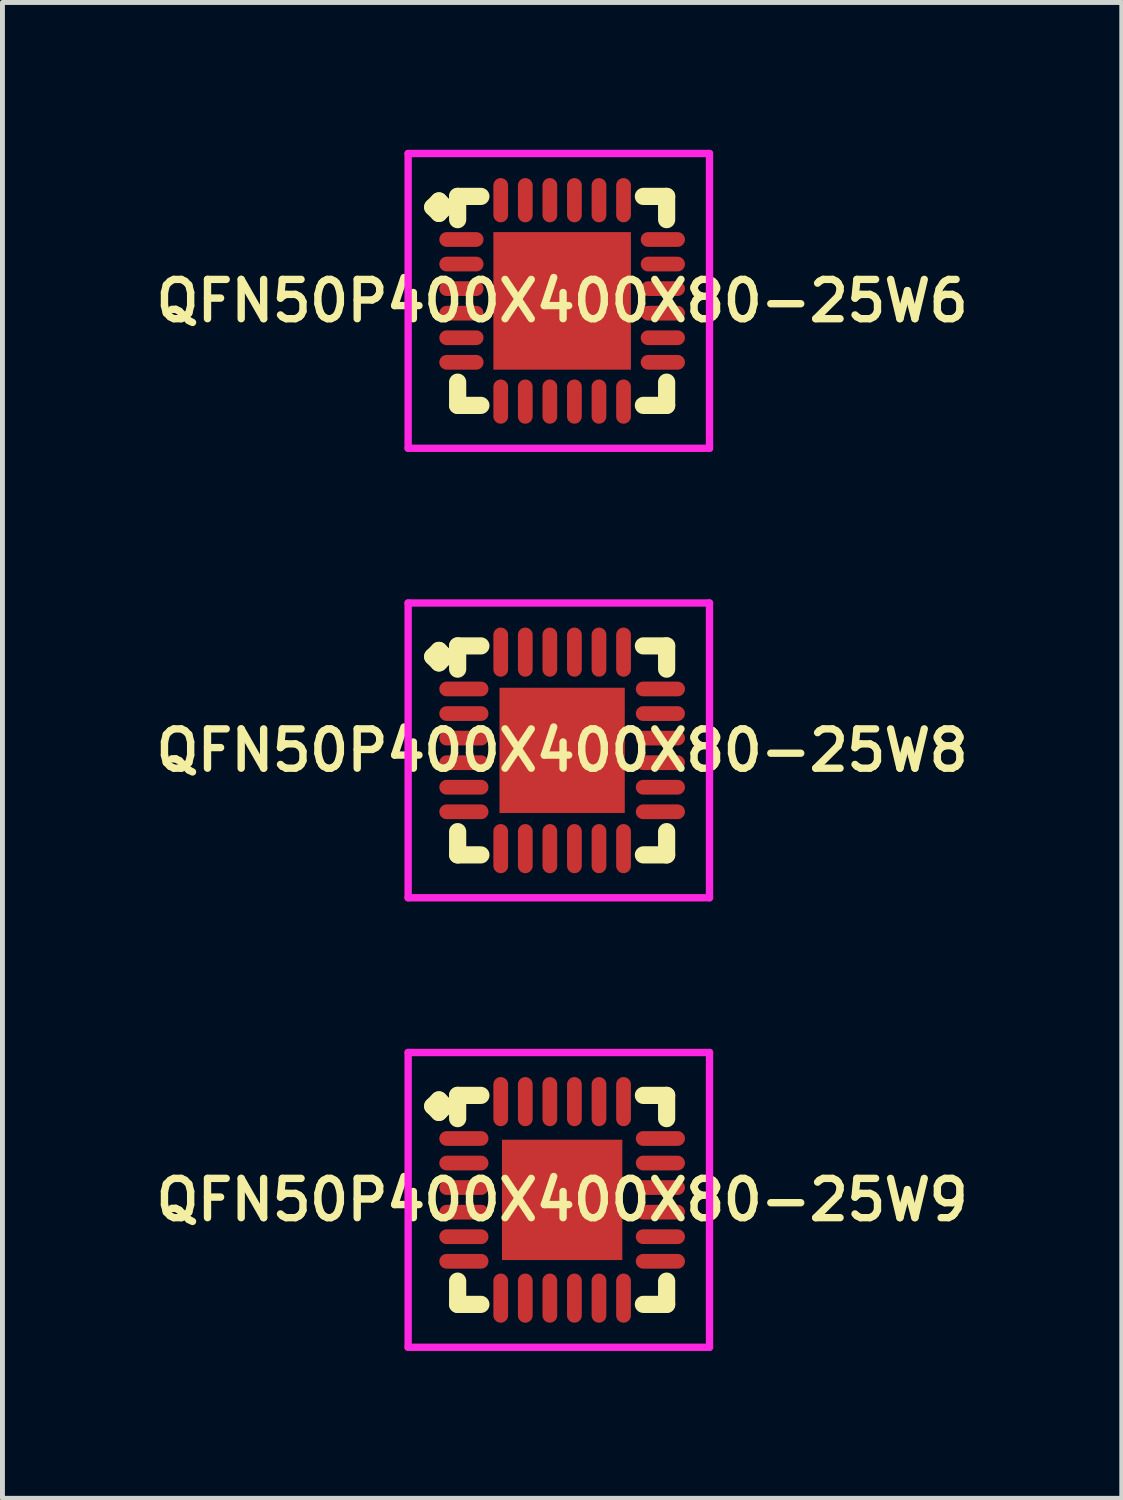
<source format=kicad_pcb>
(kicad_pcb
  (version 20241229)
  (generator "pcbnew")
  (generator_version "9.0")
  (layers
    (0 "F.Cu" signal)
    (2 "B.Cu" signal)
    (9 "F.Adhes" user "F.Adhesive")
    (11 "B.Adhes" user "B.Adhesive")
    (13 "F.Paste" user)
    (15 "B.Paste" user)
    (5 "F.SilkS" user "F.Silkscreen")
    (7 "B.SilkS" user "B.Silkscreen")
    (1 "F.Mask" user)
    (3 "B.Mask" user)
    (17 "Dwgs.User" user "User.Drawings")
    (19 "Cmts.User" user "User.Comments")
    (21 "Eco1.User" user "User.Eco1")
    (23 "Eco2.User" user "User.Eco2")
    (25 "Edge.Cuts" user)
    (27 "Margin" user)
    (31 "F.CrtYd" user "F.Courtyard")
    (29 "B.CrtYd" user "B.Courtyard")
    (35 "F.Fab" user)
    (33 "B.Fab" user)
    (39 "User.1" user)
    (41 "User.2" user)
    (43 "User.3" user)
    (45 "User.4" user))
  (footprint "QFN50P400X400X80-25W6"
    (layer "F.Cu")
    (at 8.393 3.075)
    (property "Reference" "QFN50P400X400X80-25W6" (at 0 0 0) (layer "F.SilkS") (effects (font (size 0.8 0.8) (thickness 0.15))))
    (attr smd)
    (fp_line (start -2.635 -1.908) (end -2.508 -2.035) (stroke (width 0.35) (type solid)) (layer "F.SilkS"))
    (fp_line (start -2.508 -2.035) (end -2.381 -1.908) (stroke (width 0.35) (type solid)) (layer "F.SilkS"))
    (fp_line (start -2.508 -1.781) (end -2.635 -1.908) (stroke (width 0.35) (type solid)) (layer "F.SilkS"))
    (fp_line (start -2.381 -1.908) (end -2.508 -1.781) (stroke (width 0.35) (type solid)) (layer "F.SilkS"))
    (fp_line (start -2.127 -2.127) (end -1.654 -2.127) (stroke (width 0.35) (type solid)) (layer "F.SilkS"))
    (fp_line (start -2.127 -1.654) (end -2.127 -2.127) (stroke (width 0.35) (type solid)) (layer "F.SilkS"))
    (fp_line (start -2.127 1.654) (end -2.127 2.127) (stroke (width 0.35) (type solid)) (layer "F.SilkS"))
    (fp_line (start -2.127 2.127) (end -1.654 2.127) (stroke (width 0.35) (type solid)) (layer "F.SilkS"))
    (fp_line (start 1.654 -2.127) (end 2.127 -2.127) (stroke (width 0.35) (type solid)) (layer "F.SilkS"))
    (fp_line (start 1.654 2.127) (end 2.127 2.127) (stroke (width 0.35) (type solid)) (layer "F.SilkS"))
    (fp_line (start 2.127 -2.127) (end 2.127 -1.654) (stroke (width 0.35) (type solid)) (layer "F.SilkS"))
    (fp_line (start 2.127 2.127) (end 2.127 1.654) (stroke (width 0.35) (type solid)) (layer "F.SilkS"))
    (fp_line (start -3.135 -3) (end 3 -3) (stroke (width 0.15) (type solid)) (layer "F.CrtYd"))
    (fp_line (start -3.135 3) (end -3.135 -3) (stroke (width 0.15) (type solid)) (layer "F.CrtYd"))
    (fp_line (start 3 -3) (end 3 3) (stroke (width 0.15) (type solid)) (layer "F.CrtYd"))
    (fp_line (start 3 3) (end -3.135 3) (stroke (width 0.15) (type solid)) (layer "F.CrtYd"))
    (pad "1" smd oval (at -2.05 -1.25) (size 0.9 0.3) (layers "F.Cu" "F.Mask" "F.Paste"))
    (pad "2" smd oval (at -2.05 -0.75) (size 0.9 0.3) (layers "F.Cu" "F.Mask" "F.Paste"))
    (pad "3" smd oval (at -2.05 -0.25) (size 0.9 0.3) (layers "F.Cu" "F.Mask" "F.Paste"))
    (pad "4" smd oval (at -2.05 0.25) (size 0.9 0.3) (layers "F.Cu" "F.Mask" "F.Paste"))
    (pad "5" smd oval (at -2.05 0.75) (size 0.9 0.3) (layers "F.Cu" "F.Mask" "F.Paste"))
    (pad "6" smd oval (at -2.05 1.25) (size 0.9 0.3) (layers "F.Cu" "F.Mask" "F.Paste"))
    (pad "7" smd oval (at -1.25 2.05) (size 0.3 0.9) (layers "F.Cu" "F.Mask" "F.Paste"))
    (pad "8" smd oval (at -0.75 2.05) (size 0.3 0.9) (layers "F.Cu" "F.Mask" "F.Paste"))
    (pad "9" smd oval (at -0.25 2.05) (size 0.3 0.9) (layers "F.Cu" "F.Mask" "F.Paste"))
    (pad "10" smd oval (at 0.25 2.05) (size 0.3 0.9) (layers "F.Cu" "F.Mask" "F.Paste"))
    (pad "11" smd oval (at 0.75 2.05) (size 0.3 0.9) (layers "F.Cu" "F.Mask" "F.Paste"))
    (pad "12" smd oval (at 1.25 2.05) (size 0.3 0.9) (layers "F.Cu" "F.Mask" "F.Paste"))
    (pad "13" smd oval (at 2.05 1.25) (size 0.9 0.3) (layers "F.Cu" "F.Mask" "F.Paste"))
    (pad "14" smd oval (at 2.05 0.75) (size 0.9 0.3) (layers "F.Cu" "F.Mask" "F.Paste"))
    (pad "15" smd oval (at 2.05 0.25) (size 0.9 0.3) (layers "F.Cu" "F.Mask" "F.Paste"))
    (pad "16" smd oval (at 2.05 -0.25) (size 0.9 0.3) (layers "F.Cu" "F.Mask" "F.Paste"))
    (pad "17" smd oval (at 2.05 -0.75) (size 0.9 0.3) (layers "F.Cu" "F.Mask" "F.Paste"))
    (pad "18" smd oval (at 2.05 -1.25) (size 0.9 0.3) (layers "F.Cu" "F.Mask" "F.Paste"))
    (pad "19" smd oval (at 1.25 -2.05) (size 0.3 0.9) (layers "F.Cu" "F.Mask" "F.Paste"))
    (pad "20" smd oval (at 0.75 -2.05) (size 0.3 0.9) (layers "F.Cu" "F.Mask" "F.Paste"))
    (pad "21" smd oval (at 0.25 -2.05) (size 0.3 0.9) (layers "F.Cu" "F.Mask" "F.Paste"))
    (pad "22" smd oval (at -0.25 -2.05) (size 0.3 0.9) (layers "F.Cu" "F.Mask" "F.Paste"))
    (pad "23" smd oval (at -0.75 -2.05) (size 0.3 0.9) (layers "F.Cu" "F.Mask" "F.Paste"))
    (pad "24" smd oval (at -1.25 -2.05) (size 0.3 0.9) (layers "F.Cu" "F.Mask" "F.Paste"))
    (pad "25" smd rect (at 0 0) (size 2.8 2.8) (layers "F.Cu" "F.Mask" "F.Paste")))
  (footprint "QFN50P400X400X80-25W8"
    (layer "F.Cu")
    (at 8.393 12.225)
    (property "Reference" "QFN50P400X400X80-25W8" (at 0 0 0) (layer "F.SilkS") (effects (font (size 0.8 0.8) (thickness 0.15))))
    (attr through_hole)
    (fp_line (start -2.635 -1.908) (end -2.508 -2.035) (stroke (width 0.35) (type solid)) (layer "F.SilkS"))
    (fp_line (start -2.508 -2.035) (end -2.381 -1.908) (stroke (width 0.35) (type solid)) (layer "F.SilkS"))
    (fp_line (start -2.508 -1.781) (end -2.635 -1.908) (stroke (width 0.35) (type solid)) (layer "F.SilkS"))
    (fp_line (start -2.381 -1.908) (end -2.508 -1.781) (stroke (width 0.35) (type solid)) (layer "F.SilkS"))
    (fp_line (start -2.127 -2.127) (end -1.654 -2.127) (stroke (width 0.35) (type solid)) (layer "F.SilkS"))
    (fp_line (start -2.127 -1.654) (end -2.127 -2.127) (stroke (width 0.35) (type solid)) (layer "F.SilkS"))
    (fp_line (start -2.127 1.654) (end -2.127 2.127) (stroke (width 0.35) (type solid)) (layer "F.SilkS"))
    (fp_line (start -2.127 2.127) (end -1.654 2.127) (stroke (width 0.35) (type solid)) (layer "F.SilkS"))
    (fp_line (start 1.654 -2.127) (end 2.127 -2.127) (stroke (width 0.35) (type solid)) (layer "F.SilkS"))
    (fp_line (start 1.654 2.127) (end 2.127 2.127) (stroke (width 0.35) (type solid)) (layer "F.SilkS"))
    (fp_line (start 2.127 -2.127) (end 2.127 -1.654) (stroke (width 0.35) (type solid)) (layer "F.SilkS"))
    (fp_line (start 2.127 2.127) (end 2.127 1.654) (stroke (width 0.35) (type solid)) (layer "F.SilkS"))
    (fp_line (start -3.135 -3) (end 3 -3) (stroke (width 0.15) (type solid)) (layer "F.CrtYd"))
    (fp_line (start -3.135 3) (end -3.135 -3) (stroke (width 0.15) (type solid)) (layer "F.CrtYd"))
    (fp_line (start 3 -3) (end 3 3) (stroke (width 0.15) (type solid)) (layer "F.CrtYd"))
    (fp_line (start 3 3) (end -3.135 3) (stroke (width 0.15) (type solid)) (layer "F.CrtYd"))
    (pad "1" smd oval (at -2 -1.25) (size 1 0.3) (layers "F.Cu" "F.Mask" "F.Paste"))
    (pad "2" smd oval (at -2 -0.75) (size 1 0.3) (layers "F.Cu" "F.Mask" "F.Paste"))
    (pad "3" smd oval (at -2 -0.25) (size 1 0.3) (layers "F.Cu" "F.Mask" "F.Paste"))
    (pad "4" smd oval (at -2 0.25) (size 1 0.3) (layers "F.Cu" "F.Mask" "F.Paste"))
    (pad "5" smd oval (at -2 0.75) (size 1 0.3) (layers "F.Cu" "F.Mask" "F.Paste"))
    (pad "6" smd oval (at -2 1.25) (size 1 0.3) (layers "F.Cu" "F.Mask" "F.Paste"))
    (pad "7" smd oval (at -1.25 2) (size 0.3 1) (layers "F.Cu" "F.Mask" "F.Paste"))
    (pad "8" smd oval (at -0.75 2) (size 0.3 1) (layers "F.Cu" "F.Mask" "F.Paste"))
    (pad "9" smd oval (at -0.25 2) (size 0.3 1) (layers "F.Cu" "F.Mask" "F.Paste"))
    (pad "10" smd oval (at 0.25 2) (size 0.3 1) (layers "F.Cu" "F.Mask" "F.Paste"))
    (pad "11" smd oval (at 0.75 2) (size 0.3 1) (layers "F.Cu" "F.Mask" "F.Paste"))
    (pad "12" smd oval (at 1.25 2) (size 0.3 1) (layers "F.Cu" "F.Mask" "F.Paste"))
    (pad "13" smd oval (at 2 1.25) (size 1 0.3) (layers "F.Cu" "F.Mask" "F.Paste"))
    (pad "14" smd oval (at 2 0.75) (size 1 0.3) (layers "F.Cu" "F.Mask" "F.Paste"))
    (pad "15" smd oval (at 2 0.25) (size 1 0.3) (layers "F.Cu" "F.Mask" "F.Paste"))
    (pad "16" smd oval (at 2 -0.25) (size 1 0.3) (layers "F.Cu" "F.Mask" "F.Paste"))
    (pad "17" smd oval (at 2 -0.75) (size 1 0.3) (layers "F.Cu" "F.Mask" "F.Paste"))
    (pad "18" smd oval (at 2 -1.25) (size 1 0.3) (layers "F.Cu" "F.Mask" "F.Paste"))
    (pad "19" smd oval (at 1.25 -2) (size 0.3 1) (layers "F.Cu" "F.Mask" "F.Paste"))
    (pad "20" smd oval (at 0.75 -2) (size 0.3 1) (layers "F.Cu" "F.Mask" "F.Paste"))
    (pad "21" smd oval (at 0.25 -2) (size 0.3 1) (layers "F.Cu" "F.Mask" "F.Paste"))
    (pad "22" smd oval (at -0.25 -2) (size 0.3 1) (layers "F.Cu" "F.Mask" "F.Paste"))
    (pad "23" smd oval (at -0.75 -2) (size 0.3 1) (layers "F.Cu" "F.Mask" "F.Paste"))
    (pad "24" smd oval (at -1.25 -2) (size 0.3 1) (layers "F.Cu" "F.Mask" "F.Paste"))
    (pad "25" smd rect (at 0 0) (size 2.55 2.55) (layers "F.Cu" "F.Mask" "F.Paste")))
  (footprint "QFN50P400X400X80-25W9"
    (layer "F.Cu")
    (at 8.393 21.375)
    (property "Reference" "QFN50P400X400X80-25W9" (at 0 0 0) (layer "F.SilkS") (effects (font (size 0.8 0.8) (thickness 0.15))))
    (attr smd)
    (fp_line (start -2.635 -1.908) (end -2.508 -2.035) (stroke (width 0.35) (type solid)) (layer "F.SilkS"))
    (fp_line (start -2.508 -2.035) (end -2.381 -1.908) (stroke (width 0.35) (type solid)) (layer "F.SilkS"))
    (fp_line (start -2.508 -1.781) (end -2.635 -1.908) (stroke (width 0.35) (type solid)) (layer "F.SilkS"))
    (fp_line (start -2.381 -1.908) (end -2.508 -1.781) (stroke (width 0.35) (type solid)) (layer "F.SilkS"))
    (fp_line (start -2.127 -2.127) (end -1.654 -2.127) (stroke (width 0.35) (type solid)) (layer "F.SilkS"))
    (fp_line (start -2.127 -1.654) (end -2.127 -2.127) (stroke (width 0.35) (type solid)) (layer "F.SilkS"))
    (fp_line (start -2.127 1.654) (end -2.127 2.127) (stroke (width 0.35) (type solid)) (layer "F.SilkS"))
    (fp_line (start -2.127 2.127) (end -1.654 2.127) (stroke (width 0.35) (type solid)) (layer "F.SilkS"))
    (fp_line (start 1.654 -2.127) (end 2.127 -2.127) (stroke (width 0.35) (type solid)) (layer "F.SilkS"))
    (fp_line (start 1.654 2.127) (end 2.127 2.127) (stroke (width 0.35) (type solid)) (layer "F.SilkS"))
    (fp_line (start 2.127 -2.127) (end 2.127 -1.654) (stroke (width 0.35) (type solid)) (layer "F.SilkS"))
    (fp_line (start 2.127 2.127) (end 2.127 1.654) (stroke (width 0.35) (type solid)) (layer "F.SilkS"))
    (fp_line (start -3.135 -3) (end 3 -3) (stroke (width 0.15) (type solid)) (layer "F.CrtYd"))
    (fp_line (start -3.135 3) (end -3.135 -3) (stroke (width 0.15) (type solid)) (layer "F.CrtYd"))
    (fp_line (start 3 -3) (end 3 3) (stroke (width 0.15) (type solid)) (layer "F.CrtYd"))
    (fp_line (start 3 3) (end -3.135 3) (stroke (width 0.15) (type solid)) (layer "F.CrtYd"))
    (pad "1" smd oval (at -2 -1.25) (size 1 0.3) (layers "F.Cu" "F.Mask" "F.Paste"))
    (pad "2" smd oval (at -2 -0.75) (size 1 0.3) (layers "F.Cu" "F.Mask" "F.Paste"))
    (pad "3" smd oval (at -2 -0.25) (size 1 0.3) (layers "F.Cu" "F.Mask" "F.Paste"))
    (pad "4" smd oval (at -2 0.25) (size 1 0.3) (layers "F.Cu" "F.Mask" "F.Paste"))
    (pad "5" smd oval (at -2 0.75) (size 1 0.3) (layers "F.Cu" "F.Mask" "F.Paste"))
    (pad "6" smd oval (at -2 1.25) (size 1 0.3) (layers "F.Cu" "F.Mask" "F.Paste"))
    (pad "7" smd oval (at -1.25 2) (size 0.3 1) (layers "F.Cu" "F.Mask" "F.Paste"))
    (pad "8" smd oval (at -0.75 2) (size 0.3 1) (layers "F.Cu" "F.Mask" "F.Paste"))
    (pad "9" smd oval (at -0.25 2) (size 0.3 1) (layers "F.Cu" "F.Mask" "F.Paste"))
    (pad "10" smd oval (at 0.25 2) (size 0.3 1) (layers "F.Cu" "F.Mask" "F.Paste"))
    (pad "11" smd oval (at 0.75 2) (size 0.3 1) (layers "F.Cu" "F.Mask" "F.Paste"))
    (pad "12" smd oval (at 1.25 2) (size 0.3 1) (layers "F.Cu" "F.Mask" "F.Paste"))
    (pad "13" smd oval (at 2 1.25) (size 1 0.3) (layers "F.Cu" "F.Mask" "F.Paste"))
    (pad "14" smd oval (at 2 0.75) (size 1 0.3) (layers "F.Cu" "F.Mask" "F.Paste"))
    (pad "15" smd oval (at 2 0.25) (size 1 0.3) (layers "F.Cu" "F.Mask" "F.Paste"))
    (pad "16" smd oval (at 2 -0.25) (size 1 0.3) (layers "F.Cu" "F.Mask" "F.Paste"))
    (pad "17" smd oval (at 2 -0.75) (size 1 0.3) (layers "F.Cu" "F.Mask" "F.Paste"))
    (pad "18" smd oval (at 2 -1.25) (size 1 0.3) (layers "F.Cu" "F.Mask" "F.Paste"))
    (pad "19" smd oval (at 1.25 -2) (size 0.3 1) (layers "F.Cu" "F.Mask" "F.Paste"))
    (pad "20" smd oval (at 0.75 -2) (size 0.3 1) (layers "F.Cu" "F.Mask" "F.Paste"))
    (pad "21" smd oval (at 0.25 -2) (size 0.3 1) (layers "F.Cu" "F.Mask" "F.Paste"))
    (pad "22" smd oval (at -0.25 -2) (size 0.3 1) (layers "F.Cu" "F.Mask" "F.Paste"))
    (pad "23" smd oval (at -0.75 -2) (size 0.3 1) (layers "F.Cu" "F.Mask" "F.Paste"))
    (pad "24" smd oval (at -1.25 -2) (size 0.3 1) (layers "F.Cu" "F.Mask" "F.Paste"))
    (pad "25" smd rect (at 0 0) (size 2.45 2.45) (layers "F.Cu" "F.Mask" "F.Paste")))
  (gr_rect
    (start -3 -3)
    (end 19.785 27.45)
    (stroke (width 0.1) (type default))
    (fill no)
    (layer "Edge.Cuts")))
</source>
